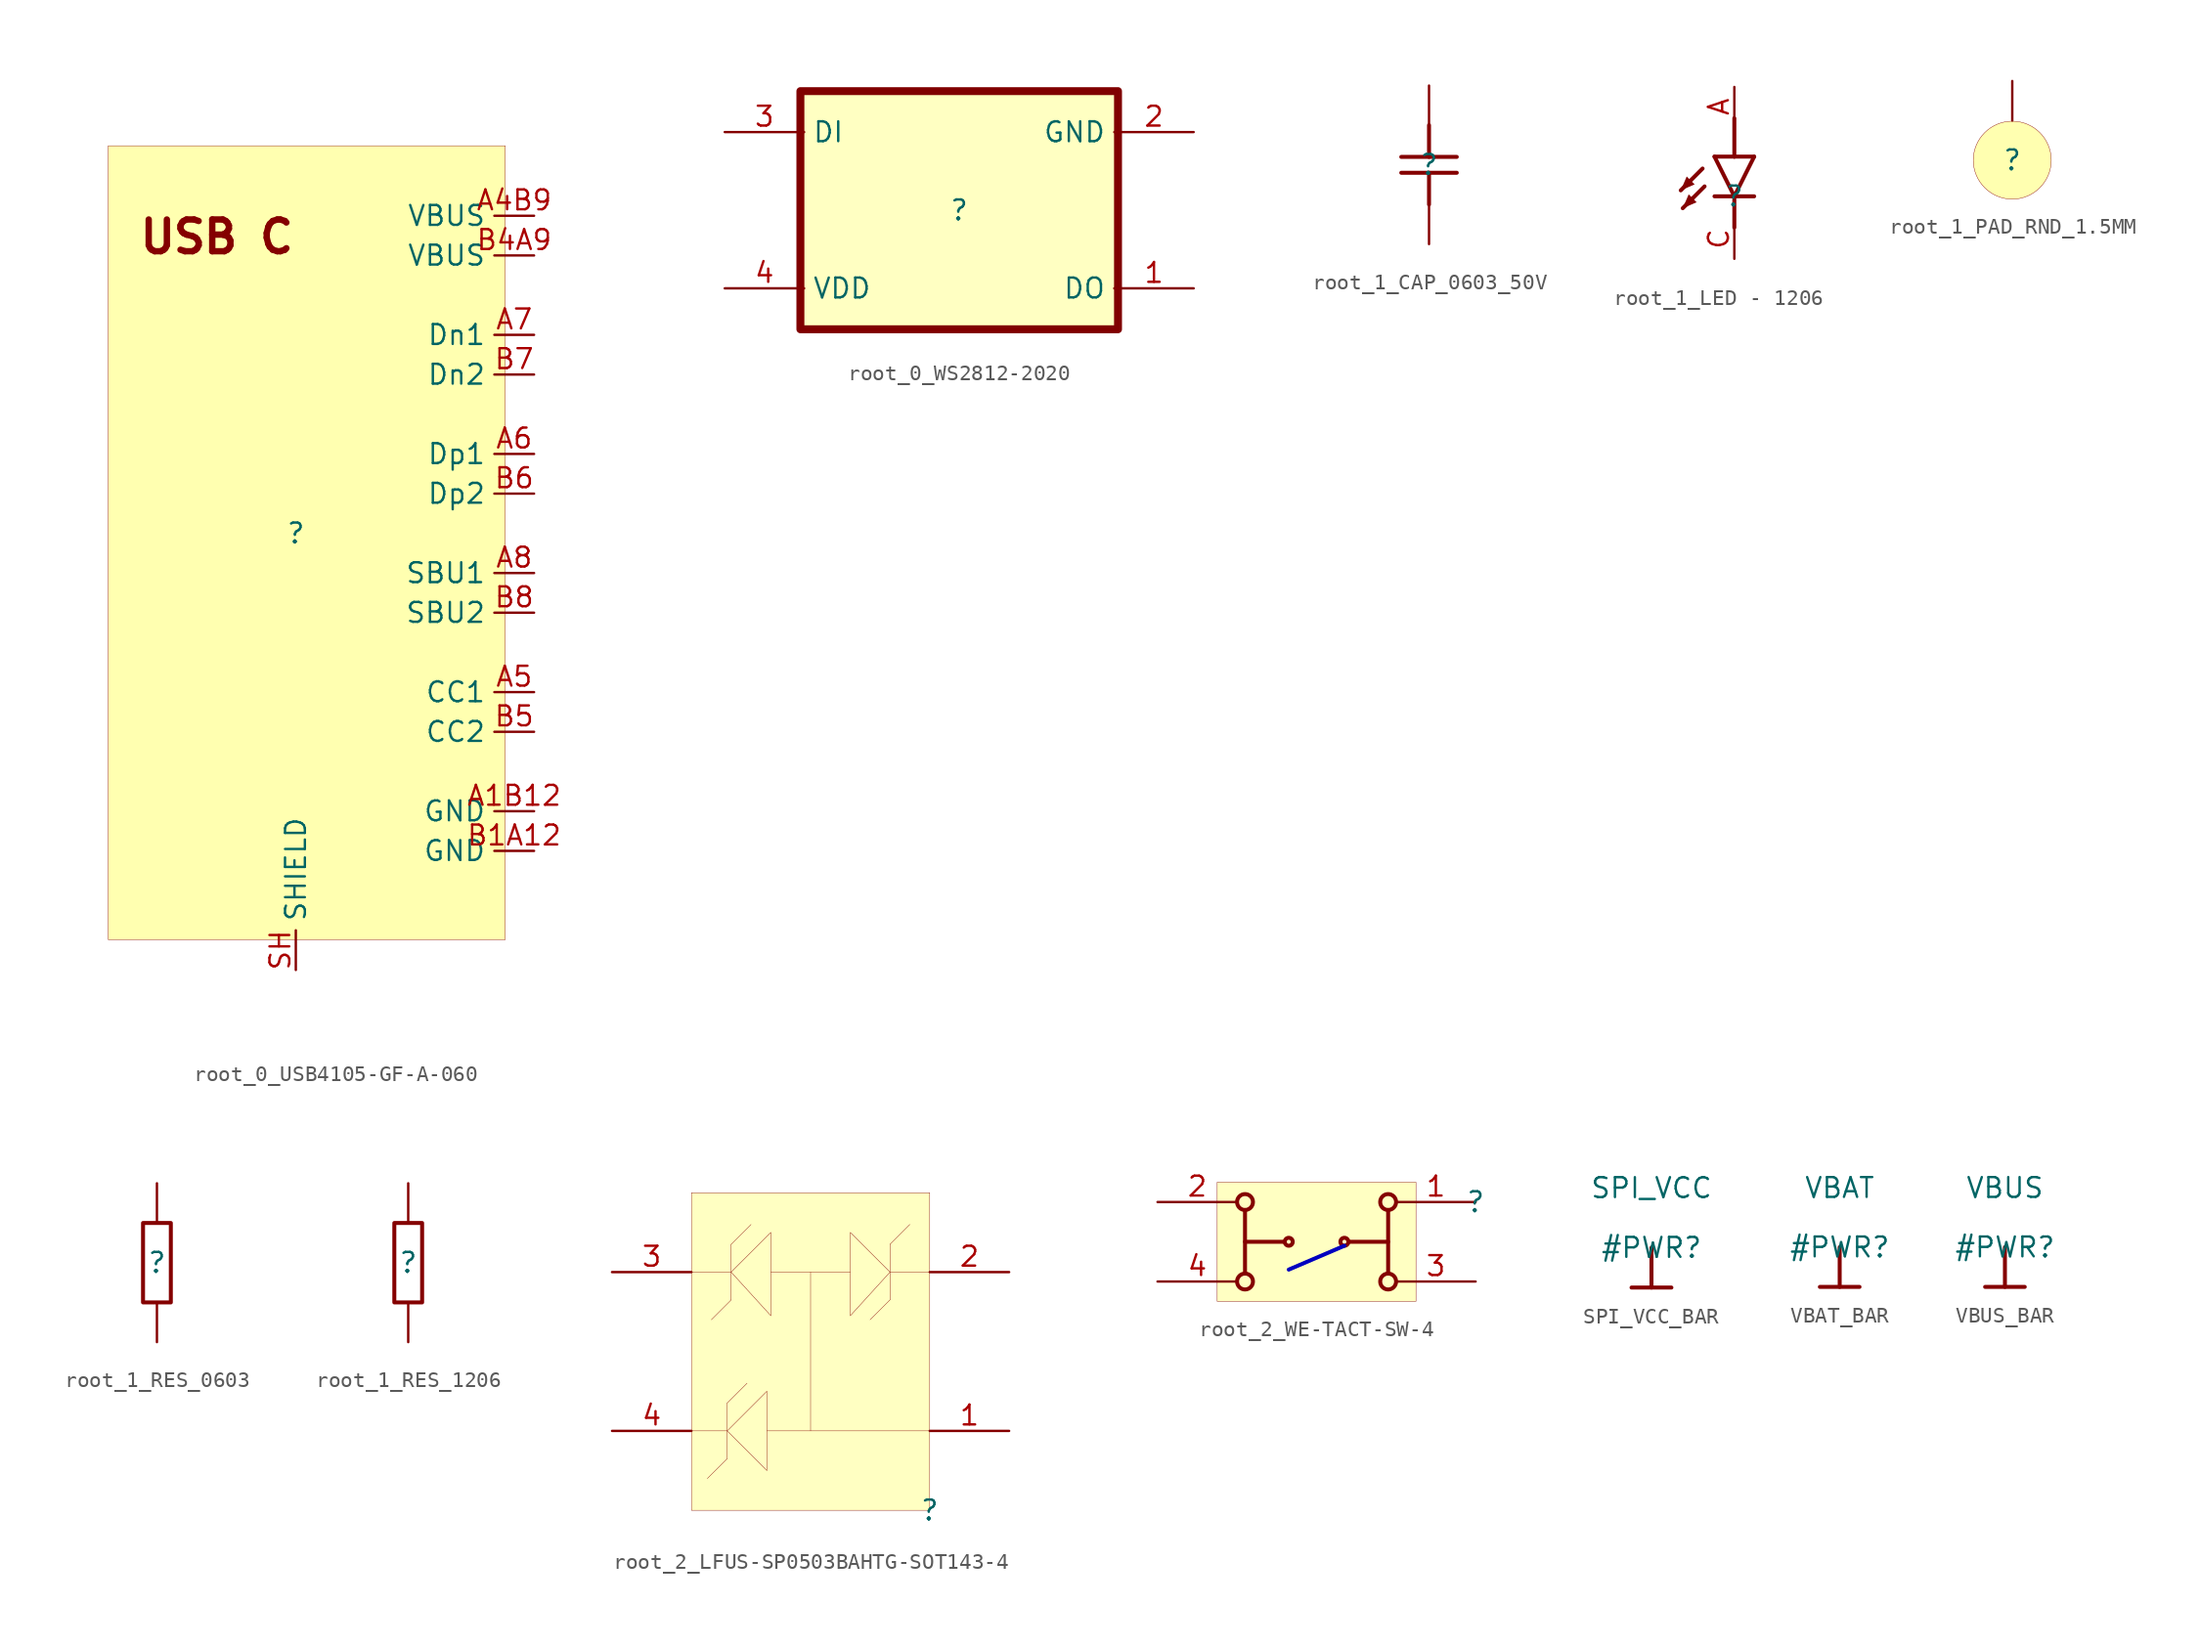
<source format=kicad_sym>
(kicad_symbol_lib
  (version 20231120)
  (generator "kicad_symbol_editor")
  (generator_version "8.0")
  (symbol "root_0_USB4105-GF-A-060"
    (property "Reference" ""
      (at 0 0 0)
      (effects (font (size 1.27 1.27))))
    (property "Value" ""
      (at 0 0 0)
      (effects (font (size 1.27 1.27))))
    (symbol "root_0_USB4105-GF-A-060_1_0"
      (rectangle (start -12 24.8) (end 13.4 -26) (stroke (width 0.025) (type solid)) (fill (type color) (color 255 255 176 1)))
      (text "USB C" (at -10.16 17.78 0) (effects (font (size 2.032 2.032) (bold yes)) (justify left bottom)))
      (pin passive line (at 15.24 -17.78 180) (length 2.54) (name "GND" (effects (font (size 1.27 1.27)))) (number "A1B12" (effects (font (size 1.27 1.27)))))
      (pin passive line (at 15.24 20.32 180) (length 2.54) (name "VBUS" (effects (font (size 1.27 1.27)))) (number "A4B9" (effects (font (size 1.27 1.27)))))
      (pin passive line (at 15.24 -10.16 180) (length 2.54) (name "CC1" (effects (font (size 1.27 1.27)))) (number "A5" (effects (font (size 1.27 1.27)))))
      (pin passive line (at 15.24 5.08 180) (length 2.54) (name "Dp1" (effects (font (size 1.27 1.27)))) (number "A6" (effects (font (size 1.27 1.27)))))
      (pin passive line (at 15.24 12.7 180) (length 2.54) (name "Dn1" (effects (font (size 1.27 1.27)))) (number "A7" (effects (font (size 1.27 1.27)))))
      (pin passive line (at 15.24 -2.54 180) (length 2.54) (name "SBU1" (effects (font (size 1.27 1.27)))) (number "A8" (effects (font (size 1.27 1.27)))))
      (pin passive line (at 15.24 -20.32 180) (length 2.54) (name "GND" (effects (font (size 1.27 1.27)))) (number "B1A12" (effects (font (size 1.27 1.27)))))
      (pin passive line (at 15.24 17.78 180) (length 2.54) (name "VBUS" (effects (font (size 1.27 1.27)))) (number "B4A9" (effects (font (size 1.27 1.27)))))
      (pin passive line (at 15.24 -12.7 180) (length 2.54) (name "CC2" (effects (font (size 1.27 1.27)))) (number "B5" (effects (font (size 1.27 1.27)))))
      (pin passive line (at 15.24 2.54 180) (length 2.54) (name "Dp2" (effects (font (size 1.27 1.27)))) (number "B6" (effects (font (size 1.27 1.27)))))
      (pin passive line (at 15.24 10.16 180) (length 2.54) (name "Dn2" (effects (font (size 1.27 1.27)))) (number "B7" (effects (font (size 1.27 1.27)))))
      (pin passive line (at 15.24 -5.08 180) (length 2.54) (name "SBU2" (effects (font (size 1.27 1.27)))) (number "B8" (effects (font (size 1.27 1.27)))))
      (pin passive line (at 0 -27.94 90) (length 2.54) (name "SHIELD" (effects (font (size 1.27 1.27)))) (number "SH" (effects (font (size 1.27 1.27)))))))
  (symbol "root_0_WS2812-2020"
    (property "Reference" ""
      (at 0 0 0)
      (effects (font (size 1.27 1.27))))
    (property "Value" ""
      (at 0 0 0)
      (effects (font (size 1.27 1.27))))
    (symbol "root_0_WS2812-2020_1_0"
      (rectangle (start 10.16 7.62) (end -10.16 -7.62) (stroke (width 0.508) (type solid) (color 128 0 0 1)) (fill (type background)))
      (pin output line (at 15 -5 180) (length 5.08) (name "DO" (effects (font (size 1.27 1.27)))) (number "1" (effects (font (size 1.27 1.27)))))
      (pin power_in line (at 15 5 180) (length 5.08) (name "GND" (effects (font (size 1.27 1.27)))) (number "2" (effects (font (size 1.27 1.27)))))
      (pin input line (at -15 5 0) (length 5.08) (name "DI" (effects (font (size 1.27 1.27)))) (number "3" (effects (font (size 1.27 1.27)))))
      (pin input line (at -15 -5 0) (length 5.08) (name "VDD" (effects (font (size 1.27 1.27)))) (number "4" (effects (font (size 1.27 1.27)))))))
  (symbol "root_1_CAP_0603_50V"
    (property "Reference" ""
      (at 0 0 0)
      (effects (font (size 1.27 1.27))))
    (property "Value" ""
      (at 0 0 0)
      (effects (font (size 1.27 1.27))))
    (symbol "root_1_CAP_0603_50V_1_0"
      (polyline (pts (xy -1.778 -0.508) (xy 1.778 -0.508)) (stroke (width 0.254) (type solid)) (fill (type none)))
      (polyline (pts (xy 0 -2.54) (xy 0 -0.508)) (stroke (width 0.254) (type solid)) (fill (type none)))
      (polyline (pts (xy 0 0.508) (xy 0 2.54)) (stroke (width 0.254) (type solid)) (fill (type none)))
      (polyline (pts (xy 1.778 0.508) (xy -1.778 0.508)) (stroke (width 0.254) (type solid)) (fill (type none)))
      (pin passive line (at 0 -5.08 90) (length 2.54) (name "1" (effects (font (size 0 0)))) (number "1" (effects (font (size 0 0)))))
      (pin passive line (at 0 5.08 270) (length 2.54) (name "2" (effects (font (size 0 0)))) (number "2" (effects (font (size 0 0)))))))
  (symbol "root_1_LED - 1206"
    (property "Reference" ""
      (at 0 0 0)
      (effects (font (size 1.27 1.27))))
    (property "Value" ""
      (at 0 0 0)
      (effects (font (size 1.27 1.27))))
    (symbol "root_1_LED - 1206_1_0"
      (polyline (pts (xy -2.032 1.778) (xy -3.429 0.381)) (stroke (width 0.254) (type solid)) (fill (type none)))
      (polyline (pts (xy -1.905 0.635) (xy -3.302 -0.762)) (stroke (width 0.254) (type solid)) (fill (type none)))
      (polyline (pts (xy 0 -2) (xy 0 0)) (stroke (width 0.254) (type solid)) (fill (type none)))
      (polyline (pts (xy 0 0) (xy -1.27 0)) (stroke (width 0.254) (type solid)) (fill (type none)))
      (polyline (pts (xy 0 0) (xy -1.27 2.54)) (stroke (width 0.254) (type solid)) (fill (type none)))
      (polyline (pts (xy 0 2.54) (xy -1.27 2.54)) (stroke (width 0.254) (type solid)) (fill (type none)))
      (polyline (pts (xy 0 2.54) (xy 0 5)) (stroke (width 0.254) (type solid)) (fill (type none)))
      (polyline (pts (xy 1.27 0) (xy 0 0)) (stroke (width 0.254) (type solid)) (fill (type none)))
      (polyline (pts (xy 1.27 2.54) (xy 0 0)) (stroke (width 0.254) (type solid)) (fill (type none)))
      (polyline (pts (xy 1.27 2.54) (xy 0 2.54)) (stroke (width 0.254) (type solid)) (fill (type none)))
      (polyline (pts (xy -3.429 0.381) (xy -3.048 1.27) (xy -2.54 0.762) (xy -3.429 0.381)) (stroke (width -0.0001) (type solid)) (fill (type outline)))
      (polyline (pts (xy -3.302 -0.762) (xy -2.921 0.127) (xy -2.413 -0.381) (xy -3.302 -0.762)) (stroke (width -0.0001) (type solid)) (fill (type outline)))
      (pin passive line (at 0 7 270) (length 2.54) (name "A" (effects (font (size 0 0)))) (number "A" (effects (font (size 1.27 1.27)))))
      (pin passive line (at 0 -4 90) (length 2.54) (name "C" (effects (font (size 0 0)))) (number "C" (effects (font (size 1.27 1.27)))))))
  (symbol "root_1_PAD_RND_1.5MM"
    (property "Reference" ""
      (at 0 0 0)
      (effects (font (size 1.27 1.27))))
    (property "Value" ""
      (at 0 0 0)
      (effects (font (size 1.27 1.27))))
    (symbol "root_1_PAD_RND_1.5MM_1_0"
      (circle (center 0 0) (radius 2.5) (stroke (width 0.025) (type solid)) (fill (type color) (color 255 255 176 1)))
      (pin passive line (at 0 5.08 270) (length 2.54) (name "1" (effects (font (size 0 0)))) (number "1" (effects (font (size 0 0)))))))
  (symbol "root_1_RES_0603"
    (property "Reference" ""
      (at 0 0 0)
      (effects (font (size 1.27 1.27))))
    (property "Value" ""
      (at 0 0 0)
      (effects (font (size 1.27 1.27))))
    (symbol "root_1_RES_0603_1_0"
      (polyline (pts (xy 0 -2.54) (xy -0.889 -2.54) (xy -0.889 2.54) (xy 0.889 2.54) (xy 0.889 -2.54) (xy 0 -2.54)) (stroke (width 0.254) (type solid)) (fill (type none)))
      (pin passive line (at 0 -5.08 90) (length 2.54) (name "1" (effects (font (size 0 0)))) (number "1" (effects (font (size 0 0)))))
      (pin passive line (at 0 5.08 270) (length 2.54) (name "2" (effects (font (size 0 0)))) (number "2" (effects (font (size 0 0)))))))
  (symbol "root_1_RES_1206"
    (property "Reference" ""
      (at 0 0 0)
      (effects (font (size 1.27 1.27))))
    (property "Value" ""
      (at 0 0 0)
      (effects (font (size 1.27 1.27))))
    (symbol "root_1_RES_1206_1_0"
      (polyline (pts (xy 0 -2.54) (xy -0.889 -2.54) (xy -0.889 2.54) (xy 0.889 2.54) (xy 0.889 -2.54) (xy 0 -2.54)) (stroke (width 0.254) (type solid)) (fill (type none)))
      (pin passive line (at 0 -5.08 90) (length 2.54) (name "1" (effects (font (size 0 0)))) (number "1" (effects (font (size 0 0)))))
      (pin passive line (at 0 5.08 270) (length 2.54) (name "2" (effects (font (size 0 0)))) (number "2" (effects (font (size 0 0)))))))
  (symbol "root_2_LFUS-SP0503BAHTG-SOT143-4"
    (property "Reference" ""
      (at 0 0 0)
      (effects (font (size 1.27 1.27))))
    (property "Value" ""
      (at 0 0 0)
      (effects (font (size 1.27 1.27))))
    (symbol "root_2_LFUS-SP0503BAHTG-SOT143-4_1_0"
      (polyline (pts (xy -13.97 12.192) (xy -12.7 13.462)) (stroke (width 0.025) (type solid)) (fill (type none)))
      (polyline (pts (xy -12.954 3.302) (xy -14.224 2.032)) (stroke (width 0.025) (type solid)) (fill (type none)))
      (polyline (pts (xy -12.954 3.302) (xy -12.954 6.858)) (stroke (width 0.025) (type solid)) (fill (type none)))
      (polyline (pts (xy -12.954 5.08) (xy -15.24 5.08)) (stroke (width 0.025) (type solid)) (fill (type none)))
      (polyline (pts (xy -12.7 13.462) (xy -12.7 17.018)) (stroke (width 0.025) (type solid)) (fill (type none)))
      (polyline (pts (xy -12.7 15.24) (xy -15.24 15.24)) (stroke (width 0.025) (type solid)) (fill (type none)))
      (polyline (pts (xy -12.7 17.018) (xy -11.43 18.288)) (stroke (width 0.025) (type solid)) (fill (type none)))
      (polyline (pts (xy -11.684 8.128) (xy -12.954 6.858)) (stroke (width 0.025) (type solid)) (fill (type none)))
      (polyline (pts (xy -7.62 5.08) (xy -7.62 15.24)) (stroke (width 0.025) (type solid)) (fill (type none)))
      (polyline (pts (xy -5.08 15.24) (xy -10.16 15.24)) (stroke (width 0.025) (type solid)) (fill (type none)))
      (polyline (pts (xy -2.54 13.462) (xy -3.81 12.192)) (stroke (width 0.025) (type solid)) (fill (type none)))
      (polyline (pts (xy -2.54 15.24) (xy 0 15.24)) (stroke (width 0.025) (type solid)) (fill (type none)))
      (polyline (pts (xy -2.54 17.018) (xy -2.54 13.462)) (stroke (width 0.025) (type solid)) (fill (type none)))
      (polyline (pts (xy -2.54 17.018) (xy -1.27 18.288)) (stroke (width 0.025) (type solid)) (fill (type none)))
      (polyline (pts (xy 0 5.08) (xy -10.414 5.08)) (stroke (width 0.025) (type solid)) (fill (type none)))
      (polyline (pts (xy -10.414 7.62) (xy -12.954 5.08) (xy -10.414 2.54) (xy -10.414 7.62)) (stroke (width 0.025) (type solid)) (fill (type color) (color 255 255 255 0.5)))
      (polyline (pts (xy -10.16 17.78) (xy -12.7 15.24) (xy -10.16 12.446) (xy -10.16 17.78)) (stroke (width 0.025) (type solid)) (fill (type color) (color 255 255 255 0.5)))
      (polyline (pts (xy -5.08 12.446) (xy -2.54 15.24) (xy -5.08 17.78) (xy -5.08 12.446)) (stroke (width 0.025) (type solid)) (fill (type color) (color 255 255 255 0.5)))
      (rectangle (start 0 20.32) (end -15.24 0) (stroke (width 0.025) (type solid) (color 128 0 0 1)) (fill (type background)))
      (pin passive line (at 5.08 5.08 180) (length 5.08) (name "1" (effects (font (size 0 0)))) (number "1" (effects (font (size 1.27 1.27)))))
      (pin passive line (at 5.08 15.24 180) (length 5.08) (name "2" (effects (font (size 0 0)))) (number "2" (effects (font (size 1.27 1.27)))))
      (pin passive line (at -20.32 15.24 0) (length 5.08) (name "3" (effects (font (size 0 0)))) (number "3" (effects (font (size 1.27 1.27)))))
      (pin passive line (at -20.32 5.08 0) (length 5.08) (name "4" (effects (font (size 0 0)))) (number "4" (effects (font (size 1.27 1.27)))))))
  (symbol "root_2_WE-TACT-SW-4"
    (property "Reference" ""
      (at 0 0 0)
      (effects (font (size 1.27 1.27))))
    (property "Value" ""
      (at 0 0 0)
      (effects (font (size 1.27 1.27))))
    (symbol "root_2_WE-TACT-SW-4_1_0"
      (circle (center -14.732 -5.08) (radius 0.508) (stroke (width 0.254) (type solid)) (fill (type none)))
      (circle (center -14.732 0) (radius 0.508) (stroke (width 0.254) (type solid)) (fill (type none)))
      (circle (center -11.938 -2.54) (radius 0.254) (stroke (width 0.254) (type solid)) (fill (type none)))
      (circle (center -8.382 -2.54) (radius 0.254) (stroke (width 0.254) (type solid)) (fill (type none)))
      (circle (center -5.588 -5.08) (radius 0.508) (stroke (width 0.254) (type solid)) (fill (type none)))
      (circle (center -5.588 0) (radius 0.508) (stroke (width 0.254) (type solid)) (fill (type none)))
      (rectangle (start -3.81 1.27) (end -16.51 -6.35) (stroke (width 0.025) (type solid) (color 128 0 0 1)) (fill (type background)))
      (polyline (pts (xy -14.732 -4.572) (xy -14.732 -0.508)) (stroke (width 0.254) (type solid)) (fill (type none)))
      (polyline (pts (xy -12.192 -2.54) (xy -14.732 -2.54)) (stroke (width 0.254) (type solid)) (fill (type none)))
      (polyline (pts (xy -8.382 -2.794) (xy -11.938 -4.318)) (stroke (width 0.254) (type solid) (color 0 0 191 1)) (fill (type none)))
      (polyline (pts (xy -8.128 -2.54) (xy -5.588 -2.54)) (stroke (width 0.254) (type solid)) (fill (type none)))
      (polyline (pts (xy -5.588 -4.572) (xy -5.588 -0.508)) (stroke (width 0.254) (type solid)) (fill (type none)))
      (pin passive line (at 0 0 180) (length 5.08) (name "1" (effects (font (size 0 0)))) (number "1" (effects (font (size 1.27 1.27)))))
      (pin passive line (at -20.32 0 0) (length 5.08) (name "2" (effects (font (size 0 0)))) (number "2" (effects (font (size 1.27 1.27)))))
      (pin passive line (at 0 -5.08 180) (length 5.08) (name "3" (effects (font (size 0 0)))) (number "3" (effects (font (size 1.27 1.27)))))
      (pin passive line (at -20.32 -5.08 0) (length 5.08) (name "4" (effects (font (size 0 0)))) (number "4" (effects (font (size 1.27 1.27)))))))
  (symbol "SPI_VCC_BAR"
    (power)
    (property "Reference" "#PWR"
      (at 0 0 0)
      (effects (font (size 1.27 1.27))))
    (property "Value" "SPI_VCC"
      (at 0 3.81 0)
      (effects (font (size 1.27 1.27))))
    (symbol "SPI_VCC_BAR_0_0"
      (polyline (pts (xy -1.27 -2.54) (xy 1.27 -2.54)) (stroke (width 0.254) (type solid)) (fill (type none)))
      (polyline (pts (xy 0 0) (xy 0 -2.54)) (stroke (width 0.254) (type solid)) (fill (type none)))
      (pin power_in line (at 0 0 0) (length 0) hide (name "SPI_VCC" (effects (font (size 1.27 1.27)))) (number "" (effects (font (size 1.27 1.27)))))))
  (symbol "VBAT_BAR"
    (power)
    (property "Reference" "#PWR"
      (at 0 0 0)
      (effects (font (size 1.27 1.27))))
    (property "Value" "VBAT"
      (at 0 3.81 0)
      (effects (font (size 1.27 1.27))))
    (symbol "VBAT_BAR_0_0"
      (polyline (pts (xy -1.27 -2.54) (xy 1.27 -2.54)) (stroke (width 0.254) (type solid)) (fill (type none)))
      (polyline (pts (xy 0 0) (xy 0 -2.54)) (stroke (width 0.254) (type solid)) (fill (type none)))
      (pin power_in line (at 0 0 0) (length 0) hide (name "VBAT" (effects (font (size 1.27 1.27)))) (number "" (effects (font (size 1.27 1.27)))))))
  (symbol "VBUS_BAR"
    (power)
    (property "Reference" "#PWR"
      (at 0 0 0)
      (effects (font (size 1.27 1.27))))
    (property "Value" "VBUS"
      (at 0 3.81 0)
      (effects (font (size 1.27 1.27))))
    (symbol "VBUS_BAR_0_0"
      (polyline (pts (xy -1.27 -2.54) (xy 1.27 -2.54)) (stroke (width 0.254) (type solid)) (fill (type none)))
      (polyline (pts (xy 0 0) (xy 0 -2.54)) (stroke (width 0.254) (type solid)) (fill (type none)))
      (pin power_in line (at 0 0 0) (length 0) hide (name "VBUS" (effects (font (size 1.27 1.27)))) (number "" (effects (font (size 1.27 1.27))))))))
</source>
